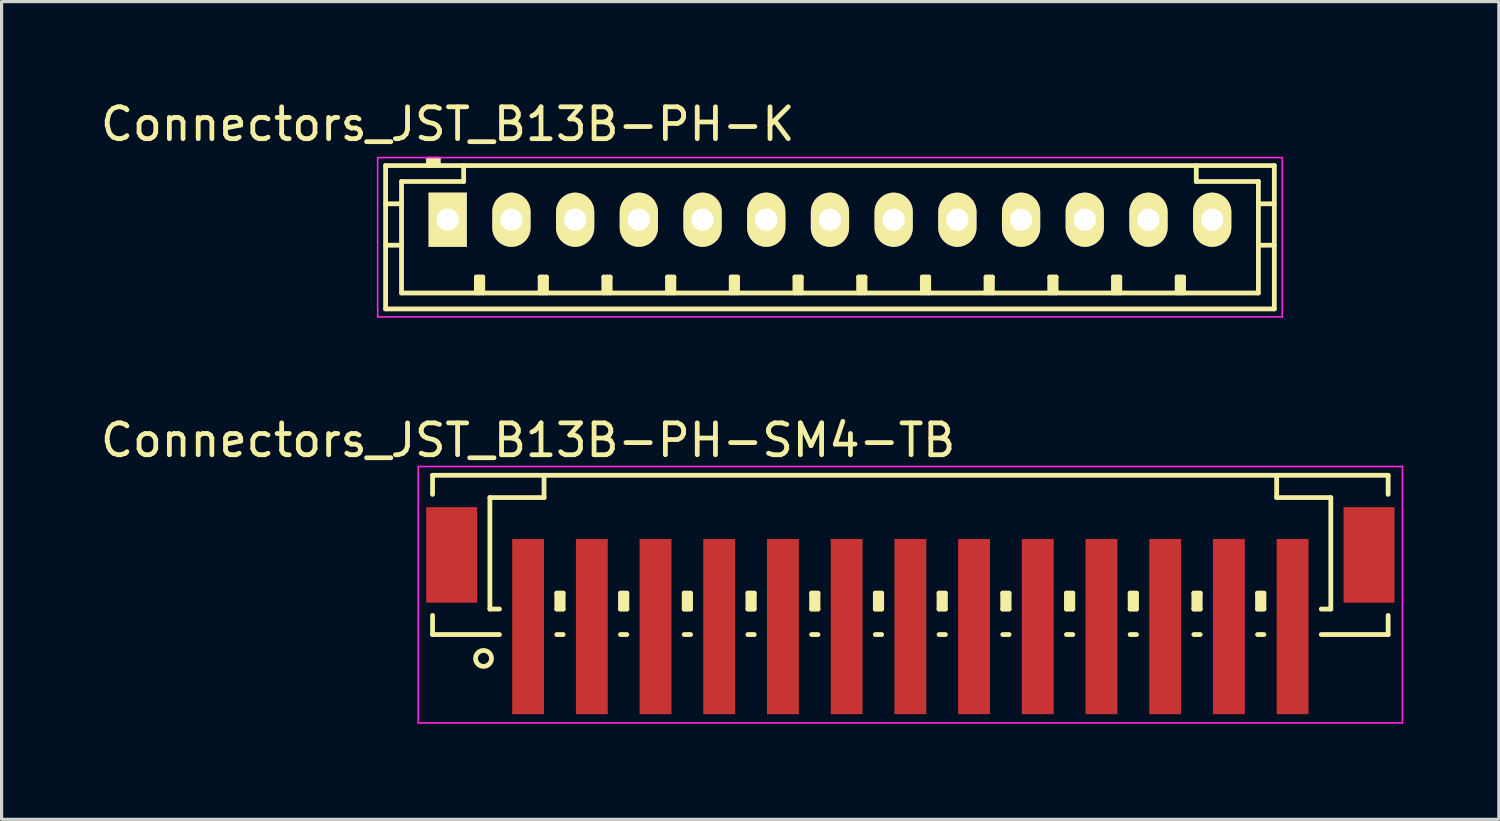
<source format=kicad_pcb>
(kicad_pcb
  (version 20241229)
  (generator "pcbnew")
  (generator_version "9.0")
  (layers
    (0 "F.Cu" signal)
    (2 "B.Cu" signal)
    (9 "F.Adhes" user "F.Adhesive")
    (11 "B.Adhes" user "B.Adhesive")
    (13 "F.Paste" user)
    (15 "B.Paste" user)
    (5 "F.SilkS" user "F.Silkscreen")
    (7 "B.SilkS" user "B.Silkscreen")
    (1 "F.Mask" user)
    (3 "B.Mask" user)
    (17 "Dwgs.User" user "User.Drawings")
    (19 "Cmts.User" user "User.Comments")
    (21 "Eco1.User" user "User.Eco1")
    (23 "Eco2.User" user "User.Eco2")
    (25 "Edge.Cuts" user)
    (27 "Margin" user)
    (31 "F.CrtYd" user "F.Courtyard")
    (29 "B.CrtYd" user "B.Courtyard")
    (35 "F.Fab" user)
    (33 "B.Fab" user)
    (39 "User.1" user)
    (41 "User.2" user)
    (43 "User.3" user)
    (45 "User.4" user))
  (footprint "Connectors_JST_B13B-PH-SM4-TB"
    (layer "F.Cu")
    (at 25.53 15.496)
    (property "Reference" "Connectors_JST_B13B-PH-SM4-TB" (at -12 -4.725 0) (layer "F.SilkS") (effects (font (size 1 1) (thickness 0.15))))
    (attr smd)
    (fp_line (start -15 -3.625) (end 15 -3.625) (stroke (width 0.15) (type solid)) (layer "F.SilkS"))
    (fp_line (start -15 -3.025) (end -15 -3.625) (stroke (width 0.15) (type solid)) (layer "F.SilkS"))
    (fp_line (start -15 0.775) (end -15 1.375) (stroke (width 0.15) (type solid)) (layer "F.SilkS"))
    (fp_line (start -15 1.375) (end -12.9 1.375) (stroke (width 0.15) (type solid)) (layer "F.SilkS"))
    (fp_line (start -13.2 -2.925) (end -13.2 0.575) (stroke (width 0.15) (type solid)) (layer "F.SilkS"))
    (fp_line (start -13.2 0.575) (end -12.9 0.575) (stroke (width 0.15) (type solid)) (layer "F.SilkS"))
    (fp_line (start -11.5 -3.625) (end -11.5 -2.925) (stroke (width 0.15) (type solid)) (layer "F.SilkS"))
    (fp_line (start -11.5 -2.925) (end -13.2 -2.925) (stroke (width 0.15) (type solid)) (layer "F.SilkS"))
    (fp_line (start -11.1 0.075) (end -10.9 0.075) (stroke (width 0.15) (type solid)) (layer "F.SilkS"))
    (fp_line (start -11.1 0.575) (end -11.1 0.075) (stroke (width 0.15) (type solid)) (layer "F.SilkS"))
    (fp_line (start -11.1 0.575) (end -10.9 0.575) (stroke (width 0.15) (type solid)) (layer "F.SilkS"))
    (fp_line (start -11.1 1.375) (end -10.9 1.375) (stroke (width 0.15) (type solid)) (layer "F.SilkS"))
    (fp_line (start -11 0.575) (end -11 0.075) (stroke (width 0.15) (type solid)) (layer "F.SilkS"))
    (fp_line (start -10.9 0.075) (end -10.9 0.575) (stroke (width 0.15) (type solid)) (layer "F.SilkS"))
    (fp_line (start -9.1 0.075) (end -8.9 0.075) (stroke (width 0.15) (type solid)) (layer "F.SilkS"))
    (fp_line (start -9.1 0.575) (end -9.1 0.075) (stroke (width 0.15) (type solid)) (layer "F.SilkS"))
    (fp_line (start -9.1 0.575) (end -8.9 0.575) (stroke (width 0.15) (type solid)) (layer "F.SilkS"))
    (fp_line (start -9.1 1.375) (end -8.9 1.375) (stroke (width 0.15) (type solid)) (layer "F.SilkS"))
    (fp_line (start -9 0.575) (end -9 0.075) (stroke (width 0.15) (type solid)) (layer "F.SilkS"))
    (fp_line (start -8.9 0.075) (end -8.9 0.575) (stroke (width 0.15) (type solid)) (layer "F.SilkS"))
    (fp_line (start -7.1 0.075) (end -6.9 0.075) (stroke (width 0.15) (type solid)) (layer "F.SilkS"))
    (fp_line (start -7.1 0.575) (end -7.1 0.075) (stroke (width 0.15) (type solid)) (layer "F.SilkS"))
    (fp_line (start -7.1 0.575) (end -6.9 0.575) (stroke (width 0.15) (type solid)) (layer "F.SilkS"))
    (fp_line (start -7.1 1.375) (end -6.9 1.375) (stroke (width 0.15) (type solid)) (layer "F.SilkS"))
    (fp_line (start -7 0.575) (end -7 0.075) (stroke (width 0.15) (type solid)) (layer "F.SilkS"))
    (fp_line (start -6.9 0.075) (end -6.9 0.575) (stroke (width 0.15) (type solid)) (layer "F.SilkS"))
    (fp_line (start -5.1 0.075) (end -4.9 0.075) (stroke (width 0.15) (type solid)) (layer "F.SilkS"))
    (fp_line (start -5.1 0.575) (end -5.1 0.075) (stroke (width 0.15) (type solid)) (layer "F.SilkS"))
    (fp_line (start -5.1 0.575) (end -4.9 0.575) (stroke (width 0.15) (type solid)) (layer "F.SilkS"))
    (fp_line (start -5.1 1.375) (end -4.9 1.375) (stroke (width 0.15) (type solid)) (layer "F.SilkS"))
    (fp_line (start -5 0.575) (end -5 0.075) (stroke (width 0.15) (type solid)) (layer "F.SilkS"))
    (fp_line (start -4.9 0.075) (end -4.9 0.575) (stroke (width 0.15) (type solid)) (layer "F.SilkS"))
    (fp_line (start -3.1 0.075) (end -2.9 0.075) (stroke (width 0.15) (type solid)) (layer "F.SilkS"))
    (fp_line (start -3.1 0.575) (end -3.1 0.075) (stroke (width 0.15) (type solid)) (layer "F.SilkS"))
    (fp_line (start -3.1 0.575) (end -2.9 0.575) (stroke (width 0.15) (type solid)) (layer "F.SilkS"))
    (fp_line (start -3.1 1.375) (end -2.9 1.375) (stroke (width 0.15) (type solid)) (layer "F.SilkS"))
    (fp_line (start -3 0.575) (end -3 0.075) (stroke (width 0.15) (type solid)) (layer "F.SilkS"))
    (fp_line (start -2.9 0.075) (end -2.9 0.575) (stroke (width 0.15) (type solid)) (layer "F.SilkS"))
    (fp_line (start -1.1 0.075) (end -0.9 0.075) (stroke (width 0.15) (type solid)) (layer "F.SilkS"))
    (fp_line (start -1.1 0.575) (end -1.1 0.075) (stroke (width 0.15) (type solid)) (layer "F.SilkS"))
    (fp_line (start -1.1 0.575) (end -0.9 0.575) (stroke (width 0.15) (type solid)) (layer "F.SilkS"))
    (fp_line (start -1.1 1.375) (end -0.9 1.375) (stroke (width 0.15) (type solid)) (layer "F.SilkS"))
    (fp_line (start -1 0.575) (end -1 0.075) (stroke (width 0.15) (type solid)) (layer "F.SilkS"))
    (fp_line (start -0.9 0.075) (end -0.9 0.575) (stroke (width 0.15) (type solid)) (layer "F.SilkS"))
    (fp_line (start 0.9 0.075) (end 1.1 0.075) (stroke (width 0.15) (type solid)) (layer "F.SilkS"))
    (fp_line (start 0.9 0.575) (end 0.9 0.075) (stroke (width 0.15) (type solid)) (layer "F.SilkS"))
    (fp_line (start 0.9 0.575) (end 1.1 0.575) (stroke (width 0.15) (type solid)) (layer "F.SilkS"))
    (fp_line (start 0.9 1.375) (end 1.1 1.375) (stroke (width 0.15) (type solid)) (layer "F.SilkS"))
    (fp_line (start 1 0.575) (end 1 0.075) (stroke (width 0.15) (type solid)) (layer "F.SilkS"))
    (fp_line (start 1.1 0.075) (end 1.1 0.575) (stroke (width 0.15) (type solid)) (layer "F.SilkS"))
    (fp_line (start 2.9 0.075) (end 3.1 0.075) (stroke (width 0.15) (type solid)) (layer "F.SilkS"))
    (fp_line (start 2.9 0.575) (end 2.9 0.075) (stroke (width 0.15) (type solid)) (layer "F.SilkS"))
    (fp_line (start 2.9 0.575) (end 3.1 0.575) (stroke (width 0.15) (type solid)) (layer "F.SilkS"))
    (fp_line (start 2.9 1.375) (end 3.1 1.375) (stroke (width 0.15) (type solid)) (layer "F.SilkS"))
    (fp_line (start 3 0.575) (end 3 0.075) (stroke (width 0.15) (type solid)) (layer "F.SilkS"))
    (fp_line (start 3.1 0.075) (end 3.1 0.575) (stroke (width 0.15) (type solid)) (layer "F.SilkS"))
    (fp_line (start 4.9 0.075) (end 5.1 0.075) (stroke (width 0.15) (type solid)) (layer "F.SilkS"))
    (fp_line (start 4.9 0.575) (end 4.9 0.075) (stroke (width 0.15) (type solid)) (layer "F.SilkS"))
    (fp_line (start 4.9 0.575) (end 5.1 0.575) (stroke (width 0.15) (type solid)) (layer "F.SilkS"))
    (fp_line (start 4.9 1.375) (end 5.1 1.375) (stroke (width 0.15) (type solid)) (layer "F.SilkS"))
    (fp_line (start 5 0.575) (end 5 0.075) (stroke (width 0.15) (type solid)) (layer "F.SilkS"))
    (fp_line (start 5.1 0.075) (end 5.1 0.575) (stroke (width 0.15) (type solid)) (layer "F.SilkS"))
    (fp_line (start 6.9 0.075) (end 7.1 0.075) (stroke (width 0.15) (type solid)) (layer "F.SilkS"))
    (fp_line (start 6.9 0.575) (end 6.9 0.075) (stroke (width 0.15) (type solid)) (layer "F.SilkS"))
    (fp_line (start 6.9 0.575) (end 7.1 0.575) (stroke (width 0.15) (type solid)) (layer "F.SilkS"))
    (fp_line (start 6.9 1.375) (end 7.1 1.375) (stroke (width 0.15) (type solid)) (layer "F.SilkS"))
    (fp_line (start 7 0.575) (end 7 0.075) (stroke (width 0.15) (type solid)) (layer "F.SilkS"))
    (fp_line (start 7.1 0.075) (end 7.1 0.575) (stroke (width 0.15) (type solid)) (layer "F.SilkS"))
    (fp_line (start 8.9 0.075) (end 9.1 0.075) (stroke (width 0.15) (type solid)) (layer "F.SilkS"))
    (fp_line (start 8.9 0.575) (end 8.9 0.075) (stroke (width 0.15) (type solid)) (layer "F.SilkS"))
    (fp_line (start 8.9 0.575) (end 9.1 0.575) (stroke (width 0.15) (type solid)) (layer "F.SilkS"))
    (fp_line (start 8.9 1.375) (end 9.1 1.375) (stroke (width 0.15) (type solid)) (layer "F.SilkS"))
    (fp_line (start 9 0.575) (end 9 0.075) (stroke (width 0.15) (type solid)) (layer "F.SilkS"))
    (fp_line (start 9.1 0.075) (end 9.1 0.575) (stroke (width 0.15) (type solid)) (layer "F.SilkS"))
    (fp_line (start 10.9 0.075) (end 11.1 0.075) (stroke (width 0.15) (type solid)) (layer "F.SilkS"))
    (fp_line (start 10.9 0.575) (end 10.9 0.075) (stroke (width 0.15) (type solid)) (layer "F.SilkS"))
    (fp_line (start 10.9 0.575) (end 11.1 0.575) (stroke (width 0.15) (type solid)) (layer "F.SilkS"))
    (fp_line (start 10.9 1.375) (end 11.1 1.375) (stroke (width 0.15) (type solid)) (layer "F.SilkS"))
    (fp_line (start 11 0.575) (end 11 0.075) (stroke (width 0.15) (type solid)) (layer "F.SilkS"))
    (fp_line (start 11.1 0.075) (end 11.1 0.575) (stroke (width 0.15) (type solid)) (layer "F.SilkS"))
    (fp_line (start 11.5 -3.625) (end 11.5 -2.925) (stroke (width 0.15) (type solid)) (layer "F.SilkS"))
    (fp_line (start 11.5 -2.925) (end 13.2 -2.925) (stroke (width 0.15) (type solid)) (layer "F.SilkS"))
    (fp_line (start 13.2 -2.925) (end 13.2 0.575) (stroke (width 0.15) (type solid)) (layer "F.SilkS"))
    (fp_line (start 13.2 0.575) (end 12.9 0.575) (stroke (width 0.15) (type solid)) (layer "F.SilkS"))
    (fp_line (start 15 -3.625) (end 15 -3.025) (stroke (width 0.15) (type solid)) (layer "F.SilkS"))
    (fp_line (start 15 0.775) (end 15 1.375) (stroke (width 0.15) (type solid)) (layer "F.SilkS"))
    (fp_line (start 15 1.375) (end 12.9 1.375) (stroke (width 0.15) (type solid)) (layer "F.SilkS"))
    (fp_circle (center -13.4 2.125) (end -13.15 2.125) (stroke (width 0.15) (type solid)) (fill no) (layer "F.SilkS"))
    (fp_line (start -15.45 -3.9) (end 15.45 -3.9) (stroke (width 0.05) (type solid)) (layer "F.CrtYd"))
    (fp_line (start -15.45 4.15) (end -15.45 -3.9) (stroke (width 0.05) (type solid)) (layer "F.CrtYd"))
    (fp_line (start 15.45 -3.9) (end 15.45 4.15) (stroke (width 0.05) (type solid)) (layer "F.CrtYd"))
    (fp_line (start 15.45 4.15) (end -15.45 4.15) (stroke (width 0.05) (type solid)) (layer "F.CrtYd"))
    (pad "" smd rect (at -14.4 -1.125) (size 1.6 3) (layers "F.Cu" "F.Mask" "F.Paste"))
    (pad "" smd rect (at 14.4 -1.125) (size 1.6 3) (layers "F.Cu" "F.Mask" "F.Paste"))
    (pad "1" smd rect (at -12 1.125) (size 1 5.5) (layers "F.Cu" "F.Mask" "F.Paste"))
    (pad "2" smd rect (at -10 1.125) (size 1 5.5) (layers "F.Cu" "F.Mask" "F.Paste"))
    (pad "3" smd rect (at -8 1.125) (size 1 5.5) (layers "F.Cu" "F.Mask" "F.Paste"))
    (pad "4" smd rect (at -6 1.125) (size 1 5.5) (layers "F.Cu" "F.Mask" "F.Paste"))
    (pad "5" smd rect (at -4 1.125) (size 1 5.5) (layers "F.Cu" "F.Mask" "F.Paste"))
    (pad "6" smd rect (at -2 1.125) (size 1 5.5) (layers "F.Cu" "F.Mask" "F.Paste"))
    (pad "7" smd rect (at 0 1.125) (size 1 5.5) (layers "F.Cu" "F.Mask" "F.Paste"))
    (pad "8" smd rect (at 2 1.125) (size 1 5.5) (layers "F.Cu" "F.Mask" "F.Paste"))
    (pad "9" smd rect (at 4 1.125) (size 1 5.5) (layers "F.Cu" "F.Mask" "F.Paste"))
    (pad "10" smd rect (at 6 1.125) (size 1 5.5) (layers "F.Cu" "F.Mask" "F.Paste"))
    (pad "11" smd rect (at 8 1.125) (size 1 5.5) (layers "F.Cu" "F.Mask" "F.Paste"))
    (pad "12" smd rect (at 10 1.125) (size 1 5.5) (layers "F.Cu" "F.Mask" "F.Paste"))
    (pad "13" smd rect (at 12 1.125) (size 1 5.5) (layers "F.Cu" "F.Mask" "F.Paste")))
  (footprint "Connectors_JST_B13B-PH-K"
    (layer "F.Cu")
    (at 11.006 3.848)
    (property "Reference" "Connectors_JST_B13B-PH-K" (at 0 -3 0) (layer "F.SilkS") (effects (font (size 1 1) (thickness 0.15))))
    (attr through_hole)
    (fp_line (start -1.95 -1.7) (end 25.95 -1.7) (stroke (width 0.15) (type solid)) (layer "F.SilkS"))
    (fp_line (start -1.95 -0.5) (end -1.45 -0.5) (stroke (width 0.15) (type solid)) (layer "F.SilkS"))
    (fp_line (start -1.95 0.8) (end -1.45 0.8) (stroke (width 0.15) (type solid)) (layer "F.SilkS"))
    (fp_line (start -1.95 2.8) (end -1.95 -1.7) (stroke (width 0.15) (type solid)) (layer "F.SilkS"))
    (fp_line (start -1.45 -1.2) (end -1.45 2.3) (stroke (width 0.15) (type solid)) (layer "F.SilkS"))
    (fp_line (start -1.45 2.3) (end 25.45 2.3) (stroke (width 0.15) (type solid)) (layer "F.SilkS"))
    (fp_line (start -0.6 -1.9) (end -0.6 -1.7) (stroke (width 0.15) (type solid)) (layer "F.SilkS"))
    (fp_line (start -0.3 -1.9) (end -0.6 -1.9) (stroke (width 0.15) (type solid)) (layer "F.SilkS"))
    (fp_line (start -0.3 -1.8) (end -0.6 -1.8) (stroke (width 0.15) (type solid)) (layer "F.SilkS"))
    (fp_line (start -0.3 -1.7) (end -0.3 -1.9) (stroke (width 0.15) (type solid)) (layer "F.SilkS"))
    (fp_line (start 0.5 -1.7) (end 0.5 -1.2) (stroke (width 0.15) (type solid)) (layer "F.SilkS"))
    (fp_line (start 0.5 -1.2) (end -1.45 -1.2) (stroke (width 0.15) (type solid)) (layer "F.SilkS"))
    (fp_line (start 0.9 1.8) (end 1.1 1.8) (stroke (width 0.15) (type solid)) (layer "F.SilkS"))
    (fp_line (start 0.9 2.3) (end 0.9 1.8) (stroke (width 0.15) (type solid)) (layer "F.SilkS"))
    (fp_line (start 1 2.3) (end 1 1.8) (stroke (width 0.15) (type solid)) (layer "F.SilkS"))
    (fp_line (start 1.1 1.8) (end 1.1 2.3) (stroke (width 0.15) (type solid)) (layer "F.SilkS"))
    (fp_line (start 2.9 1.8) (end 3.1 1.8) (stroke (width 0.15) (type solid)) (layer "F.SilkS"))
    (fp_line (start 2.9 2.3) (end 2.9 1.8) (stroke (width 0.15) (type solid)) (layer "F.SilkS"))
    (fp_line (start 3 2.3) (end 3 1.8) (stroke (width 0.15) (type solid)) (layer "F.SilkS"))
    (fp_line (start 3.1 1.8) (end 3.1 2.3) (stroke (width 0.15) (type solid)) (layer "F.SilkS"))
    (fp_line (start 4.9 1.8) (end 5.1 1.8) (stroke (width 0.15) (type solid)) (layer "F.SilkS"))
    (fp_line (start 4.9 2.3) (end 4.9 1.8) (stroke (width 0.15) (type solid)) (layer "F.SilkS"))
    (fp_line (start 5 2.3) (end 5 1.8) (stroke (width 0.15) (type solid)) (layer "F.SilkS"))
    (fp_line (start 5.1 1.8) (end 5.1 2.3) (stroke (width 0.15) (type solid)) (layer "F.SilkS"))
    (fp_line (start 6.9 1.8) (end 7.1 1.8) (stroke (width 0.15) (type solid)) (layer "F.SilkS"))
    (fp_line (start 6.9 2.3) (end 6.9 1.8) (stroke (width 0.15) (type solid)) (layer "F.SilkS"))
    (fp_line (start 7 2.3) (end 7 1.8) (stroke (width 0.15) (type solid)) (layer "F.SilkS"))
    (fp_line (start 7.1 1.8) (end 7.1 2.3) (stroke (width 0.15) (type solid)) (layer "F.SilkS"))
    (fp_line (start 8.9 1.8) (end 9.1 1.8) (stroke (width 0.15) (type solid)) (layer "F.SilkS"))
    (fp_line (start 8.9 2.3) (end 8.9 1.8) (stroke (width 0.15) (type solid)) (layer "F.SilkS"))
    (fp_line (start 9 2.3) (end 9 1.8) (stroke (width 0.15) (type solid)) (layer "F.SilkS"))
    (fp_line (start 9.1 1.8) (end 9.1 2.3) (stroke (width 0.15) (type solid)) (layer "F.SilkS"))
    (fp_line (start 10.9 1.8) (end 11.1 1.8) (stroke (width 0.15) (type solid)) (layer "F.SilkS"))
    (fp_line (start 10.9 2.3) (end 10.9 1.8) (stroke (width 0.15) (type solid)) (layer "F.SilkS"))
    (fp_line (start 11 2.3) (end 11 1.8) (stroke (width 0.15) (type solid)) (layer "F.SilkS"))
    (fp_line (start 11.1 1.8) (end 11.1 2.3) (stroke (width 0.15) (type solid)) (layer "F.SilkS"))
    (fp_line (start 12.9 1.8) (end 13.1 1.8) (stroke (width 0.15) (type solid)) (layer "F.SilkS"))
    (fp_line (start 12.9 2.3) (end 12.9 1.8) (stroke (width 0.15) (type solid)) (layer "F.SilkS"))
    (fp_line (start 13 2.3) (end 13 1.8) (stroke (width 0.15) (type solid)) (layer "F.SilkS"))
    (fp_line (start 13.1 1.8) (end 13.1 2.3) (stroke (width 0.15) (type solid)) (layer "F.SilkS"))
    (fp_line (start 14.9 1.8) (end 15.1 1.8) (stroke (width 0.15) (type solid)) (layer "F.SilkS"))
    (fp_line (start 14.9 2.3) (end 14.9 1.8) (stroke (width 0.15) (type solid)) (layer "F.SilkS"))
    (fp_line (start 15 2.3) (end 15 1.8) (stroke (width 0.15) (type solid)) (layer "F.SilkS"))
    (fp_line (start 15.1 1.8) (end 15.1 2.3) (stroke (width 0.15) (type solid)) (layer "F.SilkS"))
    (fp_line (start 16.9 1.8) (end 17.1 1.8) (stroke (width 0.15) (type solid)) (layer "F.SilkS"))
    (fp_line (start 16.9 2.3) (end 16.9 1.8) (stroke (width 0.15) (type solid)) (layer "F.SilkS"))
    (fp_line (start 17 2.3) (end 17 1.8) (stroke (width 0.15) (type solid)) (layer "F.SilkS"))
    (fp_line (start 17.1 1.8) (end 17.1 2.3) (stroke (width 0.15) (type solid)) (layer "F.SilkS"))
    (fp_line (start 18.9 1.8) (end 19.1 1.8) (stroke (width 0.15) (type solid)) (layer "F.SilkS"))
    (fp_line (start 18.9 2.3) (end 18.9 1.8) (stroke (width 0.15) (type solid)) (layer "F.SilkS"))
    (fp_line (start 19 2.3) (end 19 1.8) (stroke (width 0.15) (type solid)) (layer "F.SilkS"))
    (fp_line (start 19.1 1.8) (end 19.1 2.3) (stroke (width 0.15) (type solid)) (layer "F.SilkS"))
    (fp_line (start 20.9 1.8) (end 21.1 1.8) (stroke (width 0.15) (type solid)) (layer "F.SilkS"))
    (fp_line (start 20.9 2.3) (end 20.9 1.8) (stroke (width 0.15) (type solid)) (layer "F.SilkS"))
    (fp_line (start 21 2.3) (end 21 1.8) (stroke (width 0.15) (type solid)) (layer "F.SilkS"))
    (fp_line (start 21.1 1.8) (end 21.1 2.3) (stroke (width 0.15) (type solid)) (layer "F.SilkS"))
    (fp_line (start 22.9 1.8) (end 23.1 1.8) (stroke (width 0.15) (type solid)) (layer "F.SilkS"))
    (fp_line (start 22.9 2.3) (end 22.9 1.8) (stroke (width 0.15) (type solid)) (layer "F.SilkS"))
    (fp_line (start 23 2.3) (end 23 1.8) (stroke (width 0.15) (type solid)) (layer "F.SilkS"))
    (fp_line (start 23.1 1.8) (end 23.1 2.3) (stroke (width 0.15) (type solid)) (layer "F.SilkS"))
    (fp_line (start 23.5 -1.2) (end 23.5 -1.7) (stroke (width 0.15) (type solid)) (layer "F.SilkS"))
    (fp_line (start 25.45 -1.2) (end 23.5 -1.2) (stroke (width 0.15) (type solid)) (layer "F.SilkS"))
    (fp_line (start 25.45 -0.5) (end 25.95 -0.5) (stroke (width 0.15) (type solid)) (layer "F.SilkS"))
    (fp_line (start 25.45 0.8) (end 25.95 0.8) (stroke (width 0.15) (type solid)) (layer "F.SilkS"))
    (fp_line (start 25.45 2.3) (end 25.45 -1.2) (stroke (width 0.15) (type solid)) (layer "F.SilkS"))
    (fp_line (start 25.95 -1.7) (end 25.95 2.8) (stroke (width 0.15) (type solid)) (layer "F.SilkS"))
    (fp_line (start 25.95 2.8) (end -1.95 2.8) (stroke (width 0.15) (type solid)) (layer "F.SilkS"))
    (fp_line (start -2.2 -1.95) (end 26.2 -1.95) (stroke (width 0.05) (type solid)) (layer "F.CrtYd"))
    (fp_line (start -2.2 3.05) (end -2.2 -1.95) (stroke (width 0.05) (type solid)) (layer "F.CrtYd"))
    (fp_line (start 26.2 -1.95) (end 26.2 3.05) (stroke (width 0.05) (type solid)) (layer "F.CrtYd"))
    (fp_line (start 26.2 3.05) (end -2.2 3.05) (stroke (width 0.05) (type solid)) (layer "F.CrtYd"))
    (pad "1" thru_hole rect (at 0 0) (size 1.2 1.7) (drill 0.7) (layers "*.Cu" "*.Mask" "F.SilkS"))
    (pad "2" thru_hole oval (at 2 0) (size 1.2 1.7) (drill 0.7) (layers "*.Cu" "*.Mask" "F.SilkS"))
    (pad "3" thru_hole oval (at 4 0) (size 1.2 1.7) (drill 0.7) (layers "*.Cu" "*.Mask" "F.SilkS"))
    (pad "4" thru_hole oval (at 6 0) (size 1.2 1.7) (drill 0.7) (layers "*.Cu" "*.Mask" "F.SilkS"))
    (pad "5" thru_hole oval (at 8 0) (size 1.2 1.7) (drill 0.7) (layers "*.Cu" "*.Mask" "F.SilkS"))
    (pad "6" thru_hole oval (at 10 0) (size 1.2 1.7) (drill 0.7) (layers "*.Cu" "*.Mask" "F.SilkS"))
    (pad "7" thru_hole oval (at 12 0) (size 1.2 1.7) (drill 0.7) (layers "*.Cu" "*.Mask" "F.SilkS"))
    (pad "8" thru_hole oval (at 14 0) (size 1.2 1.7) (drill 0.7) (layers "*.Cu" "*.Mask" "F.SilkS"))
    (pad "9" thru_hole oval (at 16 0) (size 1.2 1.7) (drill 0.7) (layers "*.Cu" "*.Mask" "F.SilkS"))
    (pad "10" thru_hole oval (at 18 0) (size 1.2 1.7) (drill 0.7) (layers "*.Cu" "*.Mask" "F.SilkS"))
    (pad "11" thru_hole oval (at 20 0) (size 1.2 1.7) (drill 0.7) (layers "*.Cu" "*.Mask" "F.SilkS"))
    (pad "12" thru_hole oval (at 22 0) (size 1.2 1.7) (drill 0.7) (layers "*.Cu" "*.Mask" "F.SilkS"))
    (pad "13" thru_hole oval (at 24 0) (size 1.2 1.7) (drill 0.7) (layers "*.Cu" "*.Mask" "F.SilkS")))
  (gr_rect
    (start -3 -3)
    (end 44.005 22.672)
    (stroke (width 0.1) (type default))
    (fill no)
    (layer "Edge.Cuts")))
</source>
